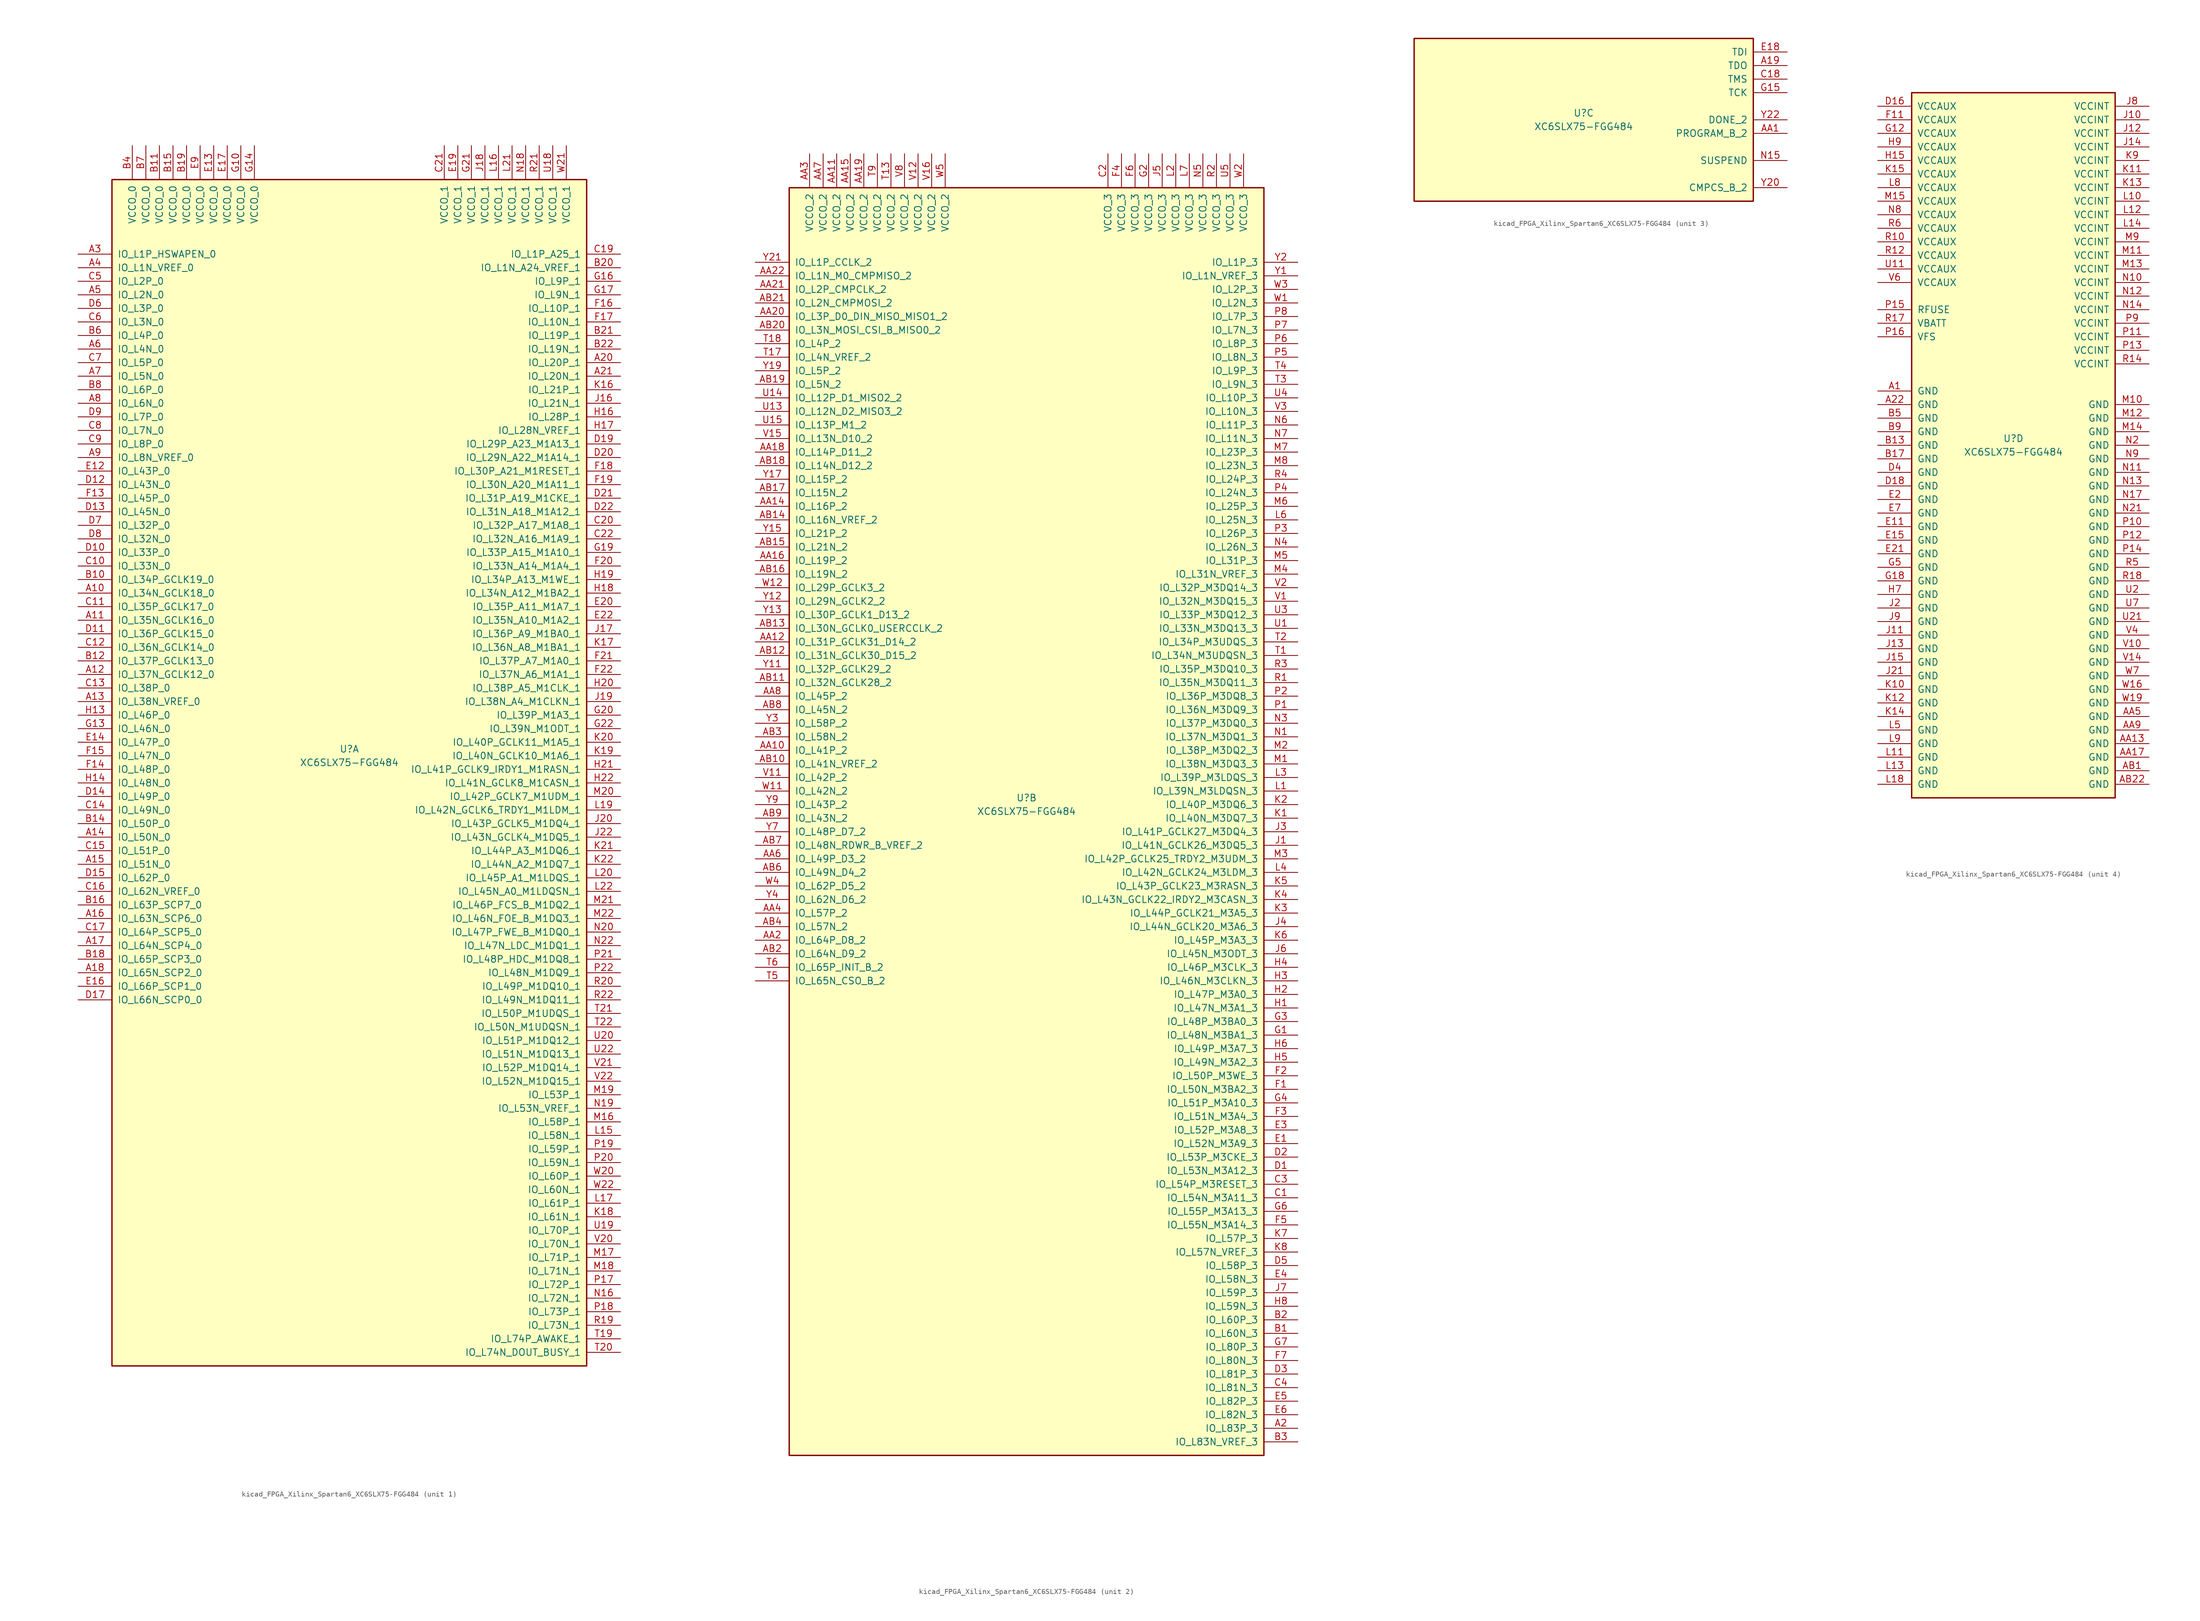
<source format=kicad_sym>
(kicad_symbol_lib
  (version 20220914)
  (generator kicad_symbol_editor)
  (symbol "kicad_FPGA_Xilinx_Spartan6_XC6SLX75-FGG484"
    (pin_names
      (offset 1.016))
    (property "Reference" "U"
      (at 0 1.27 0)
      (effects (font (size 1.27 1.27))))
    (property "Value" "XC6SLX75-FGG484"
      (at 0 -1.27 0)
      (effects (font (size 1.27 1.27))))
    (property "Datasheet" ""
      (at 0 0 0)
      (effects (font (size 1.27 1.27))))
    (property "ki_locked" ""
      (at 0 0 0)
      (effects (font (size 1.27 1.27))))
    (symbol "kicad_FPGA_Xilinx_Spartan6_XC6SLX75-FGG484_1_1"
      (rectangle (start -44.45 107.95) (end 44.45 -114.3) (stroke (width 0.254) (type default)) (fill (type background)))
      (pin bidirectional line (at -50.8 30.48 0) (length 6.35) (name "IO_L34N_GCLK18_0" (effects (font (size 1.27 1.27)))) (number "A10" (effects (font (size 1.27 1.27)))))
      (pin bidirectional line (at -50.8 25.4 0) (length 6.35) (name "IO_L35N_GCLK16_0" (effects (font (size 1.27 1.27)))) (number "A11" (effects (font (size 1.27 1.27)))))
      (pin bidirectional line (at -50.8 15.24 0) (length 6.35) (name "IO_L37N_GCLK12_0" (effects (font (size 1.27 1.27)))) (number "A12" (effects (font (size 1.27 1.27)))))
      (pin bidirectional line (at -50.8 10.16 0) (length 6.35) (name "IO_L38N_VREF_0" (effects (font (size 1.27 1.27)))) (number "A13" (effects (font (size 1.27 1.27)))))
      (pin bidirectional line (at -50.8 -15.24 0) (length 6.35) (name "IO_L50N_0" (effects (font (size 1.27 1.27)))) (number "A14" (effects (font (size 1.27 1.27)))))
      (pin bidirectional line (at -50.8 -20.32 0) (length 6.35) (name "IO_L51N_0" (effects (font (size 1.27 1.27)))) (number "A15" (effects (font (size 1.27 1.27)))))
      (pin bidirectional line (at -50.8 -30.48 0) (length 6.35) (name "IO_L63N_SCP6_0" (effects (font (size 1.27 1.27)))) (number "A16" (effects (font (size 1.27 1.27)))))
      (pin bidirectional line (at -50.8 -35.56 0) (length 6.35) (name "IO_L64N_SCP4_0" (effects (font (size 1.27 1.27)))) (number "A17" (effects (font (size 1.27 1.27)))))
      (pin bidirectional line (at -50.8 -40.64 0) (length 6.35) (name "IO_L65N_SCP2_0" (effects (font (size 1.27 1.27)))) (number "A18" (effects (font (size 1.27 1.27)))))
      (pin bidirectional line (at 50.8 73.66 180) (length 6.35) (name "IO_L20P_1" (effects (font (size 1.27 1.27)))) (number "A20" (effects (font (size 1.27 1.27)))))
      (pin bidirectional line (at 50.8 71.12 180) (length 6.35) (name "IO_L20N_1" (effects (font (size 1.27 1.27)))) (number "A21" (effects (font (size 1.27 1.27)))))
      (pin bidirectional line (at -50.8 93.98 0) (length 6.35) (name "IO_L1P_HSWAPEN_0" (effects (font (size 1.27 1.27)))) (number "A3" (effects (font (size 1.27 1.27)))))
      (pin bidirectional line (at -50.8 91.44 0) (length 6.35) (name "IO_L1N_VREF_0" (effects (font (size 1.27 1.27)))) (number "A4" (effects (font (size 1.27 1.27)))))
      (pin bidirectional line (at -50.8 86.36 0) (length 6.35) (name "IO_L2N_0" (effects (font (size 1.27 1.27)))) (number "A5" (effects (font (size 1.27 1.27)))))
      (pin bidirectional line (at -50.8 76.2 0) (length 6.35) (name "IO_L4N_0" (effects (font (size 1.27 1.27)))) (number "A6" (effects (font (size 1.27 1.27)))))
      (pin bidirectional line (at -50.8 71.12 0) (length 6.35) (name "IO_L5N_0" (effects (font (size 1.27 1.27)))) (number "A7" (effects (font (size 1.27 1.27)))))
      (pin bidirectional line (at -50.8 66.04 0) (length 6.35) (name "IO_L6N_0" (effects (font (size 1.27 1.27)))) (number "A8" (effects (font (size 1.27 1.27)))))
      (pin bidirectional line (at -50.8 55.88 0) (length 6.35) (name "IO_L8N_VREF_0" (effects (font (size 1.27 1.27)))) (number "A9" (effects (font (size 1.27 1.27)))))
      (pin bidirectional line (at -50.8 33.02 0) (length 6.35) (name "IO_L34P_GCLK19_0" (effects (font (size 1.27 1.27)))) (number "B10" (effects (font (size 1.27 1.27)))))
      (pin power_in line (at -35.56 114.3 270) (length 6.35) (name "VCCO_0" (effects (font (size 1.27 1.27)))) (number "B11" (effects (font (size 1.27 1.27)))))
      (pin bidirectional line (at -50.8 17.78 0) (length 6.35) (name "IO_L37P_GCLK13_0" (effects (font (size 1.27 1.27)))) (number "B12" (effects (font (size 1.27 1.27)))))
      (pin bidirectional line (at -50.8 -12.7 0) (length 6.35) (name "IO_L50P_0" (effects (font (size 1.27 1.27)))) (number "B14" (effects (font (size 1.27 1.27)))))
      (pin power_in line (at -33.02 114.3 270) (length 6.35) (name "VCCO_0" (effects (font (size 1.27 1.27)))) (number "B15" (effects (font (size 1.27 1.27)))))
      (pin bidirectional line (at -50.8 -27.94 0) (length 6.35) (name "IO_L63P_SCP7_0" (effects (font (size 1.27 1.27)))) (number "B16" (effects (font (size 1.27 1.27)))))
      (pin bidirectional line (at -50.8 -38.1 0) (length 6.35) (name "IO_L65P_SCP3_0" (effects (font (size 1.27 1.27)))) (number "B18" (effects (font (size 1.27 1.27)))))
      (pin power_in line (at -30.48 114.3 270) (length 6.35) (name "VCCO_0" (effects (font (size 1.27 1.27)))) (number "B19" (effects (font (size 1.27 1.27)))))
      (pin bidirectional line (at 50.8 91.44 180) (length 6.35) (name "IO_L1N_A24_VREF_1" (effects (font (size 1.27 1.27)))) (number "B20" (effects (font (size 1.27 1.27)))))
      (pin bidirectional line (at 50.8 78.74 180) (length 6.35) (name "IO_L19P_1" (effects (font (size 1.27 1.27)))) (number "B21" (effects (font (size 1.27 1.27)))))
      (pin bidirectional line (at 50.8 76.2 180) (length 6.35) (name "IO_L19N_1" (effects (font (size 1.27 1.27)))) (number "B22" (effects (font (size 1.27 1.27)))))
      (pin power_in line (at -40.64 114.3 270) (length 6.35) (name "VCCO_0" (effects (font (size 1.27 1.27)))) (number "B4" (effects (font (size 1.27 1.27)))))
      (pin bidirectional line (at -50.8 78.74 0) (length 6.35) (name "IO_L4P_0" (effects (font (size 1.27 1.27)))) (number "B6" (effects (font (size 1.27 1.27)))))
      (pin power_in line (at -38.1 114.3 270) (length 6.35) (name "VCCO_0" (effects (font (size 1.27 1.27)))) (number "B7" (effects (font (size 1.27 1.27)))))
      (pin bidirectional line (at -50.8 68.58 0) (length 6.35) (name "IO_L6P_0" (effects (font (size 1.27 1.27)))) (number "B8" (effects (font (size 1.27 1.27)))))
      (pin bidirectional line (at -50.8 35.56 0) (length 6.35) (name "IO_L33N_0" (effects (font (size 1.27 1.27)))) (number "C10" (effects (font (size 1.27 1.27)))))
      (pin bidirectional line (at -50.8 27.94 0) (length 6.35) (name "IO_L35P_GCLK17_0" (effects (font (size 1.27 1.27)))) (number "C11" (effects (font (size 1.27 1.27)))))
      (pin bidirectional line (at -50.8 20.32 0) (length 6.35) (name "IO_L36N_GCLK14_0" (effects (font (size 1.27 1.27)))) (number "C12" (effects (font (size 1.27 1.27)))))
      (pin bidirectional line (at -50.8 12.7 0) (length 6.35) (name "IO_L38P_0" (effects (font (size 1.27 1.27)))) (number "C13" (effects (font (size 1.27 1.27)))))
      (pin bidirectional line (at -50.8 -10.16 0) (length 6.35) (name "IO_L49N_0" (effects (font (size 1.27 1.27)))) (number "C14" (effects (font (size 1.27 1.27)))))
      (pin bidirectional line (at -50.8 -17.78 0) (length 6.35) (name "IO_L51P_0" (effects (font (size 1.27 1.27)))) (number "C15" (effects (font (size 1.27 1.27)))))
      (pin bidirectional line (at -50.8 -25.4 0) (length 6.35) (name "IO_L62N_VREF_0" (effects (font (size 1.27 1.27)))) (number "C16" (effects (font (size 1.27 1.27)))))
      (pin bidirectional line (at -50.8 -33.02 0) (length 6.35) (name "IO_L64P_SCP5_0" (effects (font (size 1.27 1.27)))) (number "C17" (effects (font (size 1.27 1.27)))))
      (pin bidirectional line (at 50.8 93.98 180) (length 6.35) (name "IO_L1P_A25_1" (effects (font (size 1.27 1.27)))) (number "C19" (effects (font (size 1.27 1.27)))))
      (pin bidirectional line (at 50.8 43.18 180) (length 6.35) (name "IO_L32P_A17_M1A8_1" (effects (font (size 1.27 1.27)))) (number "C20" (effects (font (size 1.27 1.27)))))
      (pin power_in line (at 17.78 114.3 270) (length 6.35) (name "VCCO_1" (effects (font (size 1.27 1.27)))) (number "C21" (effects (font (size 1.27 1.27)))))
      (pin bidirectional line (at 50.8 40.64 180) (length 6.35) (name "IO_L32N_A16_M1A9_1" (effects (font (size 1.27 1.27)))) (number "C22" (effects (font (size 1.27 1.27)))))
      (pin bidirectional line (at -50.8 88.9 0) (length 6.35) (name "IO_L2P_0" (effects (font (size 1.27 1.27)))) (number "C5" (effects (font (size 1.27 1.27)))))
      (pin bidirectional line (at -50.8 81.28 0) (length 6.35) (name "IO_L3N_0" (effects (font (size 1.27 1.27)))) (number "C6" (effects (font (size 1.27 1.27)))))
      (pin bidirectional line (at -50.8 73.66 0) (length 6.35) (name "IO_L5P_0" (effects (font (size 1.27 1.27)))) (number "C7" (effects (font (size 1.27 1.27)))))
      (pin bidirectional line (at -50.8 60.96 0) (length 6.35) (name "IO_L7N_0" (effects (font (size 1.27 1.27)))) (number "C8" (effects (font (size 1.27 1.27)))))
      (pin bidirectional line (at -50.8 58.42 0) (length 6.35) (name "IO_L8P_0" (effects (font (size 1.27 1.27)))) (number "C9" (effects (font (size 1.27 1.27)))))
      (pin bidirectional line (at -50.8 38.1 0) (length 6.35) (name "IO_L33P_0" (effects (font (size 1.27 1.27)))) (number "D10" (effects (font (size 1.27 1.27)))))
      (pin bidirectional line (at -50.8 22.86 0) (length 6.35) (name "IO_L36P_GCLK15_0" (effects (font (size 1.27 1.27)))) (number "D11" (effects (font (size 1.27 1.27)))))
      (pin bidirectional line (at -50.8 50.8 0) (length 6.35) (name "IO_L43N_0" (effects (font (size 1.27 1.27)))) (number "D12" (effects (font (size 1.27 1.27)))))
      (pin bidirectional line (at -50.8 45.72 0) (length 6.35) (name "IO_L45N_0" (effects (font (size 1.27 1.27)))) (number "D13" (effects (font (size 1.27 1.27)))))
      (pin bidirectional line (at -50.8 -7.62 0) (length 6.35) (name "IO_L49P_0" (effects (font (size 1.27 1.27)))) (number "D14" (effects (font (size 1.27 1.27)))))
      (pin bidirectional line (at -50.8 -22.86 0) (length 6.35) (name "IO_L62P_0" (effects (font (size 1.27 1.27)))) (number "D15" (effects (font (size 1.27 1.27)))))
      (pin bidirectional line (at -50.8 -45.72 0) (length 6.35) (name "IO_L66N_SCP0_0" (effects (font (size 1.27 1.27)))) (number "D17" (effects (font (size 1.27 1.27)))))
      (pin bidirectional line (at 50.8 58.42 180) (length 6.35) (name "IO_L29P_A23_M1A13_1" (effects (font (size 1.27 1.27)))) (number "D19" (effects (font (size 1.27 1.27)))))
      (pin bidirectional line (at 50.8 55.88 180) (length 6.35) (name "IO_L29N_A22_M1A14_1" (effects (font (size 1.27 1.27)))) (number "D20" (effects (font (size 1.27 1.27)))))
      (pin bidirectional line (at 50.8 48.26 180) (length 6.35) (name "IO_L31P_A19_M1CKE_1" (effects (font (size 1.27 1.27)))) (number "D21" (effects (font (size 1.27 1.27)))))
      (pin bidirectional line (at 50.8 45.72 180) (length 6.35) (name "IO_L31N_A18_M1A12_1" (effects (font (size 1.27 1.27)))) (number "D22" (effects (font (size 1.27 1.27)))))
      (pin bidirectional line (at -50.8 83.82 0) (length 6.35) (name "IO_L3P_0" (effects (font (size 1.27 1.27)))) (number "D6" (effects (font (size 1.27 1.27)))))
      (pin bidirectional line (at -50.8 43.18 0) (length 6.35) (name "IO_L32P_0" (effects (font (size 1.27 1.27)))) (number "D7" (effects (font (size 1.27 1.27)))))
      (pin bidirectional line (at -50.8 40.64 0) (length 6.35) (name "IO_L32N_0" (effects (font (size 1.27 1.27)))) (number "D8" (effects (font (size 1.27 1.27)))))
      (pin bidirectional line (at -50.8 63.5 0) (length 6.35) (name "IO_L7P_0" (effects (font (size 1.27 1.27)))) (number "D9" (effects (font (size 1.27 1.27)))))
      (pin bidirectional line (at -50.8 53.34 0) (length 6.35) (name "IO_L43P_0" (effects (font (size 1.27 1.27)))) (number "E12" (effects (font (size 1.27 1.27)))))
      (pin power_in line (at -25.4 114.3 270) (length 6.35) (name "VCCO_0" (effects (font (size 1.27 1.27)))) (number "E13" (effects (font (size 1.27 1.27)))))
      (pin bidirectional line (at -50.8 2.54 0) (length 6.35) (name "IO_L47P_0" (effects (font (size 1.27 1.27)))) (number "E14" (effects (font (size 1.27 1.27)))))
      (pin bidirectional line (at -50.8 -43.18 0) (length 6.35) (name "IO_L66P_SCP1_0" (effects (font (size 1.27 1.27)))) (number "E16" (effects (font (size 1.27 1.27)))))
      (pin power_in line (at -22.86 114.3 270) (length 6.35) (name "VCCO_0" (effects (font (size 1.27 1.27)))) (number "E17" (effects (font (size 1.27 1.27)))))
      (pin power_in line (at 20.32 114.3 270) (length 6.35) (name "VCCO_1" (effects (font (size 1.27 1.27)))) (number "E19" (effects (font (size 1.27 1.27)))))
      (pin bidirectional line (at 50.8 27.94 180) (length 6.35) (name "IO_L35P_A11_M1A7_1" (effects (font (size 1.27 1.27)))) (number "E20" (effects (font (size 1.27 1.27)))))
      (pin bidirectional line (at 50.8 25.4 180) (length 6.35) (name "IO_L35N_A10_M1A2_1" (effects (font (size 1.27 1.27)))) (number "E22" (effects (font (size 1.27 1.27)))))
      (pin power_in line (at -27.94 114.3 270) (length 6.35) (name "VCCO_0" (effects (font (size 1.27 1.27)))) (number "E9" (effects (font (size 1.27 1.27)))))
      (pin bidirectional line (at -50.8 48.26 0) (length 6.35) (name "IO_L45P_0" (effects (font (size 1.27 1.27)))) (number "F13" (effects (font (size 1.27 1.27)))))
      (pin bidirectional line (at -50.8 -2.54 0) (length 6.35) (name "IO_L48P_0" (effects (font (size 1.27 1.27)))) (number "F14" (effects (font (size 1.27 1.27)))))
      (pin bidirectional line (at -50.8 0 0) (length 6.35) (name "IO_L47N_0" (effects (font (size 1.27 1.27)))) (number "F15" (effects (font (size 1.27 1.27)))))
      (pin bidirectional line (at 50.8 83.82 180) (length 6.35) (name "IO_L10P_1" (effects (font (size 1.27 1.27)))) (number "F16" (effects (font (size 1.27 1.27)))))
      (pin bidirectional line (at 50.8 81.28 180) (length 6.35) (name "IO_L10N_1" (effects (font (size 1.27 1.27)))) (number "F17" (effects (font (size 1.27 1.27)))))
      (pin bidirectional line (at 50.8 53.34 180) (length 6.35) (name "IO_L30P_A21_M1RESET_1" (effects (font (size 1.27 1.27)))) (number "F18" (effects (font (size 1.27 1.27)))))
      (pin bidirectional line (at 50.8 50.8 180) (length 6.35) (name "IO_L30N_A20_M1A11_1" (effects (font (size 1.27 1.27)))) (number "F19" (effects (font (size 1.27 1.27)))))
      (pin bidirectional line (at 50.8 35.56 180) (length 6.35) (name "IO_L33N_A14_M1A4_1" (effects (font (size 1.27 1.27)))) (number "F20" (effects (font (size 1.27 1.27)))))
      (pin bidirectional line (at 50.8 17.78 180) (length 6.35) (name "IO_L37P_A7_M1A0_1" (effects (font (size 1.27 1.27)))) (number "F21" (effects (font (size 1.27 1.27)))))
      (pin bidirectional line (at 50.8 15.24 180) (length 6.35) (name "IO_L37N_A6_M1A1_1" (effects (font (size 1.27 1.27)))) (number "F22" (effects (font (size 1.27 1.27)))))
      (pin power_in line (at -20.32 114.3 270) (length 6.35) (name "VCCO_0" (effects (font (size 1.27 1.27)))) (number "G10" (effects (font (size 1.27 1.27)))))
      (pin bidirectional line (at -50.8 5.08 0) (length 6.35) (name "IO_L46N_0" (effects (font (size 1.27 1.27)))) (number "G13" (effects (font (size 1.27 1.27)))))
      (pin power_in line (at -17.78 114.3 270) (length 6.35) (name "VCCO_0" (effects (font (size 1.27 1.27)))) (number "G14" (effects (font (size 1.27 1.27)))))
      (pin bidirectional line (at 50.8 88.9 180) (length 6.35) (name "IO_L9P_1" (effects (font (size 1.27 1.27)))) (number "G16" (effects (font (size 1.27 1.27)))))
      (pin bidirectional line (at 50.8 86.36 180) (length 6.35) (name "IO_L9N_1" (effects (font (size 1.27 1.27)))) (number "G17" (effects (font (size 1.27 1.27)))))
      (pin bidirectional line (at 50.8 38.1 180) (length 6.35) (name "IO_L33P_A15_M1A10_1" (effects (font (size 1.27 1.27)))) (number "G19" (effects (font (size 1.27 1.27)))))
      (pin bidirectional line (at 50.8 7.62 180) (length 6.35) (name "IO_L39P_M1A3_1" (effects (font (size 1.27 1.27)))) (number "G20" (effects (font (size 1.27 1.27)))))
      (pin power_in line (at 22.86 114.3 270) (length 6.35) (name "VCCO_1" (effects (font (size 1.27 1.27)))) (number "G21" (effects (font (size 1.27 1.27)))))
      (pin bidirectional line (at 50.8 5.08 180) (length 6.35) (name "IO_L39N_M1ODT_1" (effects (font (size 1.27 1.27)))) (number "G22" (effects (font (size 1.27 1.27)))))
      (pin bidirectional line (at -50.8 7.62 0) (length 6.35) (name "IO_L46P_0" (effects (font (size 1.27 1.27)))) (number "H13" (effects (font (size 1.27 1.27)))))
      (pin bidirectional line (at -50.8 -5.08 0) (length 6.35) (name "IO_L48N_0" (effects (font (size 1.27 1.27)))) (number "H14" (effects (font (size 1.27 1.27)))))
      (pin bidirectional line (at 50.8 63.5 180) (length 6.35) (name "IO_L28P_1" (effects (font (size 1.27 1.27)))) (number "H16" (effects (font (size 1.27 1.27)))))
      (pin bidirectional line (at 50.8 60.96 180) (length 6.35) (name "IO_L28N_VREF_1" (effects (font (size 1.27 1.27)))) (number "H17" (effects (font (size 1.27 1.27)))))
      (pin bidirectional line (at 50.8 30.48 180) (length 6.35) (name "IO_L34N_A12_M1BA2_1" (effects (font (size 1.27 1.27)))) (number "H18" (effects (font (size 1.27 1.27)))))
      (pin bidirectional line (at 50.8 33.02 180) (length 6.35) (name "IO_L34P_A13_M1WE_1" (effects (font (size 1.27 1.27)))) (number "H19" (effects (font (size 1.27 1.27)))))
      (pin bidirectional line (at 50.8 12.7 180) (length 6.35) (name "IO_L38P_A5_M1CLK_1" (effects (font (size 1.27 1.27)))) (number "H20" (effects (font (size 1.27 1.27)))))
      (pin bidirectional line (at 50.8 -2.54 180) (length 6.35) (name "IO_L41P_GCLK9_IRDY1_M1RASN_1" (effects (font (size 1.27 1.27)))) (number "H21" (effects (font (size 1.27 1.27)))))
      (pin bidirectional line (at 50.8 -5.08 180) (length 6.35) (name "IO_L41N_GCLK8_M1CASN_1" (effects (font (size 1.27 1.27)))) (number "H22" (effects (font (size 1.27 1.27)))))
      (pin bidirectional line (at 50.8 66.04 180) (length 6.35) (name "IO_L21N_1" (effects (font (size 1.27 1.27)))) (number "J16" (effects (font (size 1.27 1.27)))))
      (pin bidirectional line (at 50.8 22.86 180) (length 6.35) (name "IO_L36P_A9_M1BA0_1" (effects (font (size 1.27 1.27)))) (number "J17" (effects (font (size 1.27 1.27)))))
      (pin power_in line (at 25.4 114.3 270) (length 6.35) (name "VCCO_1" (effects (font (size 1.27 1.27)))) (number "J18" (effects (font (size 1.27 1.27)))))
      (pin bidirectional line (at 50.8 10.16 180) (length 6.35) (name "IO_L38N_A4_M1CLKN_1" (effects (font (size 1.27 1.27)))) (number "J19" (effects (font (size 1.27 1.27)))))
      (pin bidirectional line (at 50.8 -12.7 180) (length 6.35) (name "IO_L43P_GCLK5_M1DQ4_1" (effects (font (size 1.27 1.27)))) (number "J20" (effects (font (size 1.27 1.27)))))
      (pin bidirectional line (at 50.8 -15.24 180) (length 6.35) (name "IO_L43N_GCLK4_M1DQ5_1" (effects (font (size 1.27 1.27)))) (number "J22" (effects (font (size 1.27 1.27)))))
      (pin bidirectional line (at 50.8 68.58 180) (length 6.35) (name "IO_L21P_1" (effects (font (size 1.27 1.27)))) (number "K16" (effects (font (size 1.27 1.27)))))
      (pin bidirectional line (at 50.8 20.32 180) (length 6.35) (name "IO_L36N_A8_M1BA1_1" (effects (font (size 1.27 1.27)))) (number "K17" (effects (font (size 1.27 1.27)))))
      (pin bidirectional line (at 50.8 -86.36 180) (length 6.35) (name "IO_L61N_1" (effects (font (size 1.27 1.27)))) (number "K18" (effects (font (size 1.27 1.27)))))
      (pin bidirectional line (at 50.8 0 180) (length 6.35) (name "IO_L40N_GCLK10_M1A6_1" (effects (font (size 1.27 1.27)))) (number "K19" (effects (font (size 1.27 1.27)))))
      (pin bidirectional line (at 50.8 2.54 180) (length 6.35) (name "IO_L40P_GCLK11_M1A5_1" (effects (font (size 1.27 1.27)))) (number "K20" (effects (font (size 1.27 1.27)))))
      (pin bidirectional line (at 50.8 -17.78 180) (length 6.35) (name "IO_L44P_A3_M1DQ6_1" (effects (font (size 1.27 1.27)))) (number "K21" (effects (font (size 1.27 1.27)))))
      (pin bidirectional line (at 50.8 -20.32 180) (length 6.35) (name "IO_L44N_A2_M1DQ7_1" (effects (font (size 1.27 1.27)))) (number "K22" (effects (font (size 1.27 1.27)))))
      (pin bidirectional line (at 50.8 -71.12 180) (length 6.35) (name "IO_L58N_1" (effects (font (size 1.27 1.27)))) (number "L15" (effects (font (size 1.27 1.27)))))
      (pin power_in line (at 27.94 114.3 270) (length 6.35) (name "VCCO_1" (effects (font (size 1.27 1.27)))) (number "L16" (effects (font (size 1.27 1.27)))))
      (pin bidirectional line (at 50.8 -83.82 180) (length 6.35) (name "IO_L61P_1" (effects (font (size 1.27 1.27)))) (number "L17" (effects (font (size 1.27 1.27)))))
      (pin bidirectional line (at 50.8 -10.16 180) (length 6.35) (name "IO_L42N_GCLK6_TRDY1_M1LDM_1" (effects (font (size 1.27 1.27)))) (number "L19" (effects (font (size 1.27 1.27)))))
      (pin bidirectional line (at 50.8 -22.86 180) (length 6.35) (name "IO_L45P_A1_M1LDQS_1" (effects (font (size 1.27 1.27)))) (number "L20" (effects (font (size 1.27 1.27)))))
      (pin power_in line (at 30.48 114.3 270) (length 6.35) (name "VCCO_1" (effects (font (size 1.27 1.27)))) (number "L21" (effects (font (size 1.27 1.27)))))
      (pin bidirectional line (at 50.8 -25.4 180) (length 6.35) (name "IO_L45N_A0_M1LDQSN_1" (effects (font (size 1.27 1.27)))) (number "L22" (effects (font (size 1.27 1.27)))))
      (pin bidirectional line (at 50.8 -68.58 180) (length 6.35) (name "IO_L58P_1" (effects (font (size 1.27 1.27)))) (number "M16" (effects (font (size 1.27 1.27)))))
      (pin bidirectional line (at 50.8 -93.98 180) (length 6.35) (name "IO_L71P_1" (effects (font (size 1.27 1.27)))) (number "M17" (effects (font (size 1.27 1.27)))))
      (pin bidirectional line (at 50.8 -96.52 180) (length 6.35) (name "IO_L71N_1" (effects (font (size 1.27 1.27)))) (number "M18" (effects (font (size 1.27 1.27)))))
      (pin bidirectional line (at 50.8 -63.5 180) (length 6.35) (name "IO_L53P_1" (effects (font (size 1.27 1.27)))) (number "M19" (effects (font (size 1.27 1.27)))))
      (pin bidirectional line (at 50.8 -7.62 180) (length 6.35) (name "IO_L42P_GCLK7_M1UDM_1" (effects (font (size 1.27 1.27)))) (number "M20" (effects (font (size 1.27 1.27)))))
      (pin bidirectional line (at 50.8 -27.94 180) (length 6.35) (name "IO_L46P_FCS_B_M1DQ2_1" (effects (font (size 1.27 1.27)))) (number "M21" (effects (font (size 1.27 1.27)))))
      (pin bidirectional line (at 50.8 -30.48 180) (length 6.35) (name "IO_L46N_FOE_B_M1DQ3_1" (effects (font (size 1.27 1.27)))) (number "M22" (effects (font (size 1.27 1.27)))))
      (pin bidirectional line (at 50.8 -101.6 180) (length 6.35) (name "IO_L72N_1" (effects (font (size 1.27 1.27)))) (number "N16" (effects (font (size 1.27 1.27)))))
      (pin power_in line (at 33.02 114.3 270) (length 6.35) (name "VCCO_1" (effects (font (size 1.27 1.27)))) (number "N18" (effects (font (size 1.27 1.27)))))
      (pin bidirectional line (at 50.8 -66.04 180) (length 6.35) (name "IO_L53N_VREF_1" (effects (font (size 1.27 1.27)))) (number "N19" (effects (font (size 1.27 1.27)))))
      (pin bidirectional line (at 50.8 -33.02 180) (length 6.35) (name "IO_L47P_FWE_B_M1DQ0_1" (effects (font (size 1.27 1.27)))) (number "N20" (effects (font (size 1.27 1.27)))))
      (pin bidirectional line (at 50.8 -35.56 180) (length 6.35) (name "IO_L47N_LDC_M1DQ1_1" (effects (font (size 1.27 1.27)))) (number "N22" (effects (font (size 1.27 1.27)))))
      (pin bidirectional line (at 50.8 -99.06 180) (length 6.35) (name "IO_L72P_1" (effects (font (size 1.27 1.27)))) (number "P17" (effects (font (size 1.27 1.27)))))
      (pin bidirectional line (at 50.8 -104.14 180) (length 6.35) (name "IO_L73P_1" (effects (font (size 1.27 1.27)))) (number "P18" (effects (font (size 1.27 1.27)))))
      (pin bidirectional line (at 50.8 -73.66 180) (length 6.35) (name "IO_L59P_1" (effects (font (size 1.27 1.27)))) (number "P19" (effects (font (size 1.27 1.27)))))
      (pin bidirectional line (at 50.8 -76.2 180) (length 6.35) (name "IO_L59N_1" (effects (font (size 1.27 1.27)))) (number "P20" (effects (font (size 1.27 1.27)))))
      (pin bidirectional line (at 50.8 -38.1 180) (length 6.35) (name "IO_L48P_HDC_M1DQ8_1" (effects (font (size 1.27 1.27)))) (number "P21" (effects (font (size 1.27 1.27)))))
      (pin bidirectional line (at 50.8 -40.64 180) (length 6.35) (name "IO_L48N_M1DQ9_1" (effects (font (size 1.27 1.27)))) (number "P22" (effects (font (size 1.27 1.27)))))
      (pin bidirectional line (at 50.8 -106.68 180) (length 6.35) (name "IO_L73N_1" (effects (font (size 1.27 1.27)))) (number "R19" (effects (font (size 1.27 1.27)))))
      (pin bidirectional line (at 50.8 -43.18 180) (length 6.35) (name "IO_L49P_M1DQ10_1" (effects (font (size 1.27 1.27)))) (number "R20" (effects (font (size 1.27 1.27)))))
      (pin power_in line (at 35.56 114.3 270) (length 6.35) (name "VCCO_1" (effects (font (size 1.27 1.27)))) (number "R21" (effects (font (size 1.27 1.27)))))
      (pin bidirectional line (at 50.8 -45.72 180) (length 6.35) (name "IO_L49N_M1DQ11_1" (effects (font (size 1.27 1.27)))) (number "R22" (effects (font (size 1.27 1.27)))))
      (pin bidirectional line (at 50.8 -109.22 180) (length 6.35) (name "IO_L74P_AWAKE_1" (effects (font (size 1.27 1.27)))) (number "T19" (effects (font (size 1.27 1.27)))))
      (pin bidirectional line (at 50.8 -111.76 180) (length 6.35) (name "IO_L74N_DOUT_BUSY_1" (effects (font (size 1.27 1.27)))) (number "T20" (effects (font (size 1.27 1.27)))))
      (pin bidirectional line (at 50.8 -48.26 180) (length 6.35) (name "IO_L50P_M1UDQS_1" (effects (font (size 1.27 1.27)))) (number "T21" (effects (font (size 1.27 1.27)))))
      (pin bidirectional line (at 50.8 -50.8 180) (length 6.35) (name "IO_L50N_M1UDQSN_1" (effects (font (size 1.27 1.27)))) (number "T22" (effects (font (size 1.27 1.27)))))
      (pin power_in line (at 38.1 114.3 270) (length 6.35) (name "VCCO_1" (effects (font (size 1.27 1.27)))) (number "U18" (effects (font (size 1.27 1.27)))))
      (pin bidirectional line (at 50.8 -88.9 180) (length 6.35) (name "IO_L70P_1" (effects (font (size 1.27 1.27)))) (number "U19" (effects (font (size 1.27 1.27)))))
      (pin bidirectional line (at 50.8 -53.34 180) (length 6.35) (name "IO_L51P_M1DQ12_1" (effects (font (size 1.27 1.27)))) (number "U20" (effects (font (size 1.27 1.27)))))
      (pin bidirectional line (at 50.8 -55.88 180) (length 6.35) (name "IO_L51N_M1DQ13_1" (effects (font (size 1.27 1.27)))) (number "U22" (effects (font (size 1.27 1.27)))))
      (pin bidirectional line (at 50.8 -91.44 180) (length 6.35) (name "IO_L70N_1" (effects (font (size 1.27 1.27)))) (number "V20" (effects (font (size 1.27 1.27)))))
      (pin bidirectional line (at 50.8 -58.42 180) (length 6.35) (name "IO_L52P_M1DQ14_1" (effects (font (size 1.27 1.27)))) (number "V21" (effects (font (size 1.27 1.27)))))
      (pin bidirectional line (at 50.8 -60.96 180) (length 6.35) (name "IO_L52N_M1DQ15_1" (effects (font (size 1.27 1.27)))) (number "V22" (effects (font (size 1.27 1.27)))))
      (pin bidirectional line (at 50.8 -78.74 180) (length 6.35) (name "IO_L60P_1" (effects (font (size 1.27 1.27)))) (number "W20" (effects (font (size 1.27 1.27)))))
      (pin power_in line (at 40.64 114.3 270) (length 6.35) (name "VCCO_1" (effects (font (size 1.27 1.27)))) (number "W21" (effects (font (size 1.27 1.27)))))
      (pin bidirectional line (at 50.8 -81.28 180) (length 6.35) (name "IO_L60N_1" (effects (font (size 1.27 1.27)))) (number "W22" (effects (font (size 1.27 1.27))))))
    (symbol "kicad_FPGA_Xilinx_Spartan6_XC6SLX75-FGG484_2_1"
      (rectangle (start -44.45 115.57) (end 44.45 -121.92) (stroke (width 0.254) (type default)) (fill (type background)))
      (pin bidirectional line (at 50.8 -116.84 180) (length 6.35) (name "IO_L83P_3" (effects (font (size 1.27 1.27)))) (number "A2" (effects (font (size 1.27 1.27)))))
      (pin bidirectional line (at -50.8 10.16 0) (length 6.35) (name "IO_L41P_2" (effects (font (size 1.27 1.27)))) (number "AA10" (effects (font (size 1.27 1.27)))))
      (pin power_in line (at -35.56 121.92 270) (length 6.35) (name "VCCO_2" (effects (font (size 1.27 1.27)))) (number "AA11" (effects (font (size 1.27 1.27)))))
      (pin bidirectional line (at -50.8 30.48 0) (length 6.35) (name "IO_L31P_GCLK31_D14_2" (effects (font (size 1.27 1.27)))) (number "AA12" (effects (font (size 1.27 1.27)))))
      (pin bidirectional line (at -50.8 55.88 0) (length 6.35) (name "IO_L16P_2" (effects (font (size 1.27 1.27)))) (number "AA14" (effects (font (size 1.27 1.27)))))
      (pin power_in line (at -33.02 121.92 270) (length 6.35) (name "VCCO_2" (effects (font (size 1.27 1.27)))) (number "AA15" (effects (font (size 1.27 1.27)))))
      (pin bidirectional line (at -50.8 45.72 0) (length 6.35) (name "IO_L19P_2" (effects (font (size 1.27 1.27)))) (number "AA16" (effects (font (size 1.27 1.27)))))
      (pin bidirectional line (at -50.8 66.04 0) (length 6.35) (name "IO_L14P_D11_2" (effects (font (size 1.27 1.27)))) (number "AA18" (effects (font (size 1.27 1.27)))))
      (pin power_in line (at -30.48 121.92 270) (length 6.35) (name "VCCO_2" (effects (font (size 1.27 1.27)))) (number "AA19" (effects (font (size 1.27 1.27)))))
      (pin bidirectional line (at -50.8 -25.4 0) (length 6.35) (name "IO_L64P_D8_2" (effects (font (size 1.27 1.27)))) (number "AA2" (effects (font (size 1.27 1.27)))))
      (pin bidirectional line (at -50.8 91.44 0) (length 6.35) (name "IO_L3P_D0_DIN_MISO_MISO1_2" (effects (font (size 1.27 1.27)))) (number "AA20" (effects (font (size 1.27 1.27)))))
      (pin bidirectional line (at -50.8 96.52 0) (length 6.35) (name "IO_L2P_CMPCLK_2" (effects (font (size 1.27 1.27)))) (number "AA21" (effects (font (size 1.27 1.27)))))
      (pin bidirectional line (at -50.8 99.06 0) (length 6.35) (name "IO_L1N_M0_CMPMISO_2" (effects (font (size 1.27 1.27)))) (number "AA22" (effects (font (size 1.27 1.27)))))
      (pin power_in line (at -40.64 121.92 270) (length 6.35) (name "VCCO_2" (effects (font (size 1.27 1.27)))) (number "AA3" (effects (font (size 1.27 1.27)))))
      (pin bidirectional line (at -50.8 -20.32 0) (length 6.35) (name "IO_L57P_2" (effects (font (size 1.27 1.27)))) (number "AA4" (effects (font (size 1.27 1.27)))))
      (pin bidirectional line (at -50.8 -10.16 0) (length 6.35) (name "IO_L49P_D3_2" (effects (font (size 1.27 1.27)))) (number "AA6" (effects (font (size 1.27 1.27)))))
      (pin power_in line (at -38.1 121.92 270) (length 6.35) (name "VCCO_2" (effects (font (size 1.27 1.27)))) (number "AA7" (effects (font (size 1.27 1.27)))))
      (pin bidirectional line (at -50.8 20.32 0) (length 6.35) (name "IO_L45P_2" (effects (font (size 1.27 1.27)))) (number "AA8" (effects (font (size 1.27 1.27)))))
      (pin bidirectional line (at -50.8 7.62 0) (length 6.35) (name "IO_L41N_VREF_2" (effects (font (size 1.27 1.27)))) (number "AB10" (effects (font (size 1.27 1.27)))))
      (pin bidirectional line (at -50.8 22.86 0) (length 6.35) (name "IO_L32N_GCLK28_2" (effects (font (size 1.27 1.27)))) (number "AB11" (effects (font (size 1.27 1.27)))))
      (pin bidirectional line (at -50.8 27.94 0) (length 6.35) (name "IO_L31N_GCLK30_D15_2" (effects (font (size 1.27 1.27)))) (number "AB12" (effects (font (size 1.27 1.27)))))
      (pin bidirectional line (at -50.8 33.02 0) (length 6.35) (name "IO_L30N_GCLK0_USERCCLK_2" (effects (font (size 1.27 1.27)))) (number "AB13" (effects (font (size 1.27 1.27)))))
      (pin bidirectional line (at -50.8 53.34 0) (length 6.35) (name "IO_L16N_VREF_2" (effects (font (size 1.27 1.27)))) (number "AB14" (effects (font (size 1.27 1.27)))))
      (pin bidirectional line (at -50.8 48.26 0) (length 6.35) (name "IO_L21N_2" (effects (font (size 1.27 1.27)))) (number "AB15" (effects (font (size 1.27 1.27)))))
      (pin bidirectional line (at -50.8 43.18 0) (length 6.35) (name "IO_L19N_2" (effects (font (size 1.27 1.27)))) (number "AB16" (effects (font (size 1.27 1.27)))))
      (pin bidirectional line (at -50.8 58.42 0) (length 6.35) (name "IO_L15N_2" (effects (font (size 1.27 1.27)))) (number "AB17" (effects (font (size 1.27 1.27)))))
      (pin bidirectional line (at -50.8 63.5 0) (length 6.35) (name "IO_L14N_D12_2" (effects (font (size 1.27 1.27)))) (number "AB18" (effects (font (size 1.27 1.27)))))
      (pin bidirectional line (at -50.8 78.74 0) (length 6.35) (name "IO_L5N_2" (effects (font (size 1.27 1.27)))) (number "AB19" (effects (font (size 1.27 1.27)))))
      (pin bidirectional line (at -50.8 -27.94 0) (length 6.35) (name "IO_L64N_D9_2" (effects (font (size 1.27 1.27)))) (number "AB2" (effects (font (size 1.27 1.27)))))
      (pin bidirectional line (at -50.8 88.9 0) (length 6.35) (name "IO_L3N_MOSI_CSI_B_MISO0_2" (effects (font (size 1.27 1.27)))) (number "AB20" (effects (font (size 1.27 1.27)))))
      (pin bidirectional line (at -50.8 93.98 0) (length 6.35) (name "IO_L2N_CMPMOSI_2" (effects (font (size 1.27 1.27)))) (number "AB21" (effects (font (size 1.27 1.27)))))
      (pin bidirectional line (at -50.8 12.7 0) (length 6.35) (name "IO_L58N_2" (effects (font (size 1.27 1.27)))) (number "AB3" (effects (font (size 1.27 1.27)))))
      (pin bidirectional line (at -50.8 -22.86 0) (length 6.35) (name "IO_L57N_2" (effects (font (size 1.27 1.27)))) (number "AB4" (effects (font (size 1.27 1.27)))))
      (pin bidirectional line (at -50.8 -12.7 0) (length 6.35) (name "IO_L49N_D4_2" (effects (font (size 1.27 1.27)))) (number "AB6" (effects (font (size 1.27 1.27)))))
      (pin bidirectional line (at -50.8 -7.62 0) (length 6.35) (name "IO_L48N_RDWR_B_VREF_2" (effects (font (size 1.27 1.27)))) (number "AB7" (effects (font (size 1.27 1.27)))))
      (pin bidirectional line (at -50.8 17.78 0) (length 6.35) (name "IO_L45N_2" (effects (font (size 1.27 1.27)))) (number "AB8" (effects (font (size 1.27 1.27)))))
      (pin bidirectional line (at -50.8 -2.54 0) (length 6.35) (name "IO_L43N_2" (effects (font (size 1.27 1.27)))) (number "AB9" (effects (font (size 1.27 1.27)))))
      (pin bidirectional line (at 50.8 -99.06 180) (length 6.35) (name "IO_L60N_3" (effects (font (size 1.27 1.27)))) (number "B1" (effects (font (size 1.27 1.27)))))
      (pin bidirectional line (at 50.8 -96.52 180) (length 6.35) (name "IO_L60P_3" (effects (font (size 1.27 1.27)))) (number "B2" (effects (font (size 1.27 1.27)))))
      (pin bidirectional line (at 50.8 -119.38 180) (length 6.35) (name "IO_L83N_VREF_3" (effects (font (size 1.27 1.27)))) (number "B3" (effects (font (size 1.27 1.27)))))
      (pin bidirectional line (at 50.8 -73.66 180) (length 6.35) (name "IO_L54N_M3A11_3" (effects (font (size 1.27 1.27)))) (number "C1" (effects (font (size 1.27 1.27)))))
      (pin power_in line (at 15.24 121.92 270) (length 6.35) (name "VCCO_3" (effects (font (size 1.27 1.27)))) (number "C2" (effects (font (size 1.27 1.27)))))
      (pin bidirectional line (at 50.8 -71.12 180) (length 6.35) (name "IO_L54P_M3RESET_3" (effects (font (size 1.27 1.27)))) (number "C3" (effects (font (size 1.27 1.27)))))
      (pin bidirectional line (at 50.8 -109.22 180) (length 6.35) (name "IO_L81N_3" (effects (font (size 1.27 1.27)))) (number "C4" (effects (font (size 1.27 1.27)))))
      (pin bidirectional line (at 50.8 -68.58 180) (length 6.35) (name "IO_L53N_M3A12_3" (effects (font (size 1.27 1.27)))) (number "D1" (effects (font (size 1.27 1.27)))))
      (pin bidirectional line (at 50.8 -66.04 180) (length 6.35) (name "IO_L53P_M3CKE_3" (effects (font (size 1.27 1.27)))) (number "D2" (effects (font (size 1.27 1.27)))))
      (pin bidirectional line (at 50.8 -106.68 180) (length 6.35) (name "IO_L81P_3" (effects (font (size 1.27 1.27)))) (number "D3" (effects (font (size 1.27 1.27)))))
      (pin bidirectional line (at 50.8 -86.36 180) (length 6.35) (name "IO_L58P_3" (effects (font (size 1.27 1.27)))) (number "D5" (effects (font (size 1.27 1.27)))))
      (pin bidirectional line (at 50.8 -63.5 180) (length 6.35) (name "IO_L52N_M3A9_3" (effects (font (size 1.27 1.27)))) (number "E1" (effects (font (size 1.27 1.27)))))
      (pin bidirectional line (at 50.8 -60.96 180) (length 6.35) (name "IO_L52P_M3A8_3" (effects (font (size 1.27 1.27)))) (number "E3" (effects (font (size 1.27 1.27)))))
      (pin bidirectional line (at 50.8 -88.9 180) (length 6.35) (name "IO_L58N_3" (effects (font (size 1.27 1.27)))) (number "E4" (effects (font (size 1.27 1.27)))))
      (pin bidirectional line (at 50.8 -111.76 180) (length 6.35) (name "IO_L82P_3" (effects (font (size 1.27 1.27)))) (number "E5" (effects (font (size 1.27 1.27)))))
      (pin bidirectional line (at 50.8 -114.3 180) (length 6.35) (name "IO_L82N_3" (effects (font (size 1.27 1.27)))) (number "E6" (effects (font (size 1.27 1.27)))))
      (pin bidirectional line (at 50.8 -53.34 180) (length 6.35) (name "IO_L50N_M3BA2_3" (effects (font (size 1.27 1.27)))) (number "F1" (effects (font (size 1.27 1.27)))))
      (pin bidirectional line (at 50.8 -50.8 180) (length 6.35) (name "IO_L50P_M3WE_3" (effects (font (size 1.27 1.27)))) (number "F2" (effects (font (size 1.27 1.27)))))
      (pin bidirectional line (at 50.8 -58.42 180) (length 6.35) (name "IO_L51N_M3A4_3" (effects (font (size 1.27 1.27)))) (number "F3" (effects (font (size 1.27 1.27)))))
      (pin power_in line (at 17.78 121.92 270) (length 6.35) (name "VCCO_3" (effects (font (size 1.27 1.27)))) (number "F4" (effects (font (size 1.27 1.27)))))
      (pin bidirectional line (at 50.8 -78.74 180) (length 6.35) (name "IO_L55N_M3A14_3" (effects (font (size 1.27 1.27)))) (number "F5" (effects (font (size 1.27 1.27)))))
      (pin power_in line (at 20.32 121.92 270) (length 6.35) (name "VCCO_3" (effects (font (size 1.27 1.27)))) (number "F6" (effects (font (size 1.27 1.27)))))
      (pin bidirectional line (at 50.8 -104.14 180) (length 6.35) (name "IO_L80N_3" (effects (font (size 1.27 1.27)))) (number "F7" (effects (font (size 1.27 1.27)))))
      (pin bidirectional line (at 50.8 -43.18 180) (length 6.35) (name "IO_L48N_M3BA1_3" (effects (font (size 1.27 1.27)))) (number "G1" (effects (font (size 1.27 1.27)))))
      (pin power_in line (at 22.86 121.92 270) (length 6.35) (name "VCCO_3" (effects (font (size 1.27 1.27)))) (number "G2" (effects (font (size 1.27 1.27)))))
      (pin bidirectional line (at 50.8 -40.64 180) (length 6.35) (name "IO_L48P_M3BA0_3" (effects (font (size 1.27 1.27)))) (number "G3" (effects (font (size 1.27 1.27)))))
      (pin bidirectional line (at 50.8 -55.88 180) (length 6.35) (name "IO_L51P_M3A10_3" (effects (font (size 1.27 1.27)))) (number "G4" (effects (font (size 1.27 1.27)))))
      (pin bidirectional line (at 50.8 -76.2 180) (length 6.35) (name "IO_L55P_M3A13_3" (effects (font (size 1.27 1.27)))) (number "G6" (effects (font (size 1.27 1.27)))))
      (pin bidirectional line (at 50.8 -101.6 180) (length 6.35) (name "IO_L80P_3" (effects (font (size 1.27 1.27)))) (number "G7" (effects (font (size 1.27 1.27)))))
      (pin bidirectional line (at 50.8 -38.1 180) (length 6.35) (name "IO_L47N_M3A1_3" (effects (font (size 1.27 1.27)))) (number "H1" (effects (font (size 1.27 1.27)))))
      (pin bidirectional line (at 50.8 -35.56 180) (length 6.35) (name "IO_L47P_M3A0_3" (effects (font (size 1.27 1.27)))) (number "H2" (effects (font (size 1.27 1.27)))))
      (pin bidirectional line (at 50.8 -33.02 180) (length 6.35) (name "IO_L46N_M3CLKN_3" (effects (font (size 1.27 1.27)))) (number "H3" (effects (font (size 1.27 1.27)))))
      (pin bidirectional line (at 50.8 -30.48 180) (length 6.35) (name "IO_L46P_M3CLK_3" (effects (font (size 1.27 1.27)))) (number "H4" (effects (font (size 1.27 1.27)))))
      (pin bidirectional line (at 50.8 -48.26 180) (length 6.35) (name "IO_L49N_M3A2_3" (effects (font (size 1.27 1.27)))) (number "H5" (effects (font (size 1.27 1.27)))))
      (pin bidirectional line (at 50.8 -45.72 180) (length 6.35) (name "IO_L49P_M3A7_3" (effects (font (size 1.27 1.27)))) (number "H6" (effects (font (size 1.27 1.27)))))
      (pin bidirectional line (at 50.8 -93.98 180) (length 6.35) (name "IO_L59N_3" (effects (font (size 1.27 1.27)))) (number "H8" (effects (font (size 1.27 1.27)))))
      (pin bidirectional line (at 50.8 -7.62 180) (length 6.35) (name "IO_L41N_GCLK26_M3DQ5_3" (effects (font (size 1.27 1.27)))) (number "J1" (effects (font (size 1.27 1.27)))))
      (pin bidirectional line (at 50.8 -5.08 180) (length 6.35) (name "IO_L41P_GCLK27_M3DQ4_3" (effects (font (size 1.27 1.27)))) (number "J3" (effects (font (size 1.27 1.27)))))
      (pin bidirectional line (at 50.8 -22.86 180) (length 6.35) (name "IO_L44N_GCLK20_M3A6_3" (effects (font (size 1.27 1.27)))) (number "J4" (effects (font (size 1.27 1.27)))))
      (pin power_in line (at 25.4 121.92 270) (length 6.35) (name "VCCO_3" (effects (font (size 1.27 1.27)))) (number "J5" (effects (font (size 1.27 1.27)))))
      (pin bidirectional line (at 50.8 -27.94 180) (length 6.35) (name "IO_L45N_M3ODT_3" (effects (font (size 1.27 1.27)))) (number "J6" (effects (font (size 1.27 1.27)))))
      (pin bidirectional line (at 50.8 -91.44 180) (length 6.35) (name "IO_L59P_3" (effects (font (size 1.27 1.27)))) (number "J7" (effects (font (size 1.27 1.27)))))
      (pin bidirectional line (at 50.8 -2.54 180) (length 6.35) (name "IO_L40N_M3DQ7_3" (effects (font (size 1.27 1.27)))) (number "K1" (effects (font (size 1.27 1.27)))))
      (pin bidirectional line (at 50.8 0 180) (length 6.35) (name "IO_L40P_M3DQ6_3" (effects (font (size 1.27 1.27)))) (number "K2" (effects (font (size 1.27 1.27)))))
      (pin bidirectional line (at 50.8 -20.32 180) (length 6.35) (name "IO_L44P_GCLK21_M3A5_3" (effects (font (size 1.27 1.27)))) (number "K3" (effects (font (size 1.27 1.27)))))
      (pin bidirectional line (at 50.8 -17.78 180) (length 6.35) (name "IO_L43N_GCLK22_IRDY2_M3CASN_3" (effects (font (size 1.27 1.27)))) (number "K4" (effects (font (size 1.27 1.27)))))
      (pin bidirectional line (at 50.8 -15.24 180) (length 6.35) (name "IO_L43P_GCLK23_M3RASN_3" (effects (font (size 1.27 1.27)))) (number "K5" (effects (font (size 1.27 1.27)))))
      (pin bidirectional line (at 50.8 -25.4 180) (length 6.35) (name "IO_L45P_M3A3_3" (effects (font (size 1.27 1.27)))) (number "K6" (effects (font (size 1.27 1.27)))))
      (pin bidirectional line (at 50.8 -81.28 180) (length 6.35) (name "IO_L57P_3" (effects (font (size 1.27 1.27)))) (number "K7" (effects (font (size 1.27 1.27)))))
      (pin bidirectional line (at 50.8 -83.82 180) (length 6.35) (name "IO_L57N_VREF_3" (effects (font (size 1.27 1.27)))) (number "K8" (effects (font (size 1.27 1.27)))))
      (pin bidirectional line (at 50.8 2.54 180) (length 6.35) (name "IO_L39N_M3LDQSN_3" (effects (font (size 1.27 1.27)))) (number "L1" (effects (font (size 1.27 1.27)))))
      (pin power_in line (at 27.94 121.92 270) (length 6.35) (name "VCCO_3" (effects (font (size 1.27 1.27)))) (number "L2" (effects (font (size 1.27 1.27)))))
      (pin bidirectional line (at 50.8 5.08 180) (length 6.35) (name "IO_L39P_M3LDQS_3" (effects (font (size 1.27 1.27)))) (number "L3" (effects (font (size 1.27 1.27)))))
      (pin bidirectional line (at 50.8 -12.7 180) (length 6.35) (name "IO_L42N_GCLK24_M3LDM_3" (effects (font (size 1.27 1.27)))) (number "L4" (effects (font (size 1.27 1.27)))))
      (pin bidirectional line (at 50.8 53.34 180) (length 6.35) (name "IO_L25N_3" (effects (font (size 1.27 1.27)))) (number "L6" (effects (font (size 1.27 1.27)))))
      (pin power_in line (at 30.48 121.92 270) (length 6.35) (name "VCCO_3" (effects (font (size 1.27 1.27)))) (number "L7" (effects (font (size 1.27 1.27)))))
      (pin bidirectional line (at 50.8 7.62 180) (length 6.35) (name "IO_L38N_M3DQ3_3" (effects (font (size 1.27 1.27)))) (number "M1" (effects (font (size 1.27 1.27)))))
      (pin bidirectional line (at 50.8 10.16 180) (length 6.35) (name "IO_L38P_M3DQ2_3" (effects (font (size 1.27 1.27)))) (number "M2" (effects (font (size 1.27 1.27)))))
      (pin bidirectional line (at 50.8 -10.16 180) (length 6.35) (name "IO_L42P_GCLK25_TRDY2_M3UDM_3" (effects (font (size 1.27 1.27)))) (number "M3" (effects (font (size 1.27 1.27)))))
      (pin bidirectional line (at 50.8 43.18 180) (length 6.35) (name "IO_L31N_VREF_3" (effects (font (size 1.27 1.27)))) (number "M4" (effects (font (size 1.27 1.27)))))
      (pin bidirectional line (at 50.8 45.72 180) (length 6.35) (name "IO_L31P_3" (effects (font (size 1.27 1.27)))) (number "M5" (effects (font (size 1.27 1.27)))))
      (pin bidirectional line (at 50.8 55.88 180) (length 6.35) (name "IO_L25P_3" (effects (font (size 1.27 1.27)))) (number "M6" (effects (font (size 1.27 1.27)))))
      (pin bidirectional line (at 50.8 66.04 180) (length 6.35) (name "IO_L23P_3" (effects (font (size 1.27 1.27)))) (number "M7" (effects (font (size 1.27 1.27)))))
      (pin bidirectional line (at 50.8 63.5 180) (length 6.35) (name "IO_L23N_3" (effects (font (size 1.27 1.27)))) (number "M8" (effects (font (size 1.27 1.27)))))
      (pin bidirectional line (at 50.8 12.7 180) (length 6.35) (name "IO_L37N_M3DQ1_3" (effects (font (size 1.27 1.27)))) (number "N1" (effects (font (size 1.27 1.27)))))
      (pin bidirectional line (at 50.8 15.24 180) (length 6.35) (name "IO_L37P_M3DQ0_3" (effects (font (size 1.27 1.27)))) (number "N3" (effects (font (size 1.27 1.27)))))
      (pin bidirectional line (at 50.8 48.26 180) (length 6.35) (name "IO_L26N_3" (effects (font (size 1.27 1.27)))) (number "N4" (effects (font (size 1.27 1.27)))))
      (pin power_in line (at 33.02 121.92 270) (length 6.35) (name "VCCO_3" (effects (font (size 1.27 1.27)))) (number "N5" (effects (font (size 1.27 1.27)))))
      (pin bidirectional line (at 50.8 71.12 180) (length 6.35) (name "IO_L11P_3" (effects (font (size 1.27 1.27)))) (number "N6" (effects (font (size 1.27 1.27)))))
      (pin bidirectional line (at 50.8 68.58 180) (length 6.35) (name "IO_L11N_3" (effects (font (size 1.27 1.27)))) (number "N7" (effects (font (size 1.27 1.27)))))
      (pin bidirectional line (at 50.8 17.78 180) (length 6.35) (name "IO_L36N_M3DQ9_3" (effects (font (size 1.27 1.27)))) (number "P1" (effects (font (size 1.27 1.27)))))
      (pin bidirectional line (at 50.8 20.32 180) (length 6.35) (name "IO_L36P_M3DQ8_3" (effects (font (size 1.27 1.27)))) (number "P2" (effects (font (size 1.27 1.27)))))
      (pin bidirectional line (at 50.8 50.8 180) (length 6.35) (name "IO_L26P_3" (effects (font (size 1.27 1.27)))) (number "P3" (effects (font (size 1.27 1.27)))))
      (pin bidirectional line (at 50.8 58.42 180) (length 6.35) (name "IO_L24N_3" (effects (font (size 1.27 1.27)))) (number "P4" (effects (font (size 1.27 1.27)))))
      (pin bidirectional line (at 50.8 83.82 180) (length 6.35) (name "IO_L8N_3" (effects (font (size 1.27 1.27)))) (number "P5" (effects (font (size 1.27 1.27)))))
      (pin bidirectional line (at 50.8 86.36 180) (length 6.35) (name "IO_L8P_3" (effects (font (size 1.27 1.27)))) (number "P6" (effects (font (size 1.27 1.27)))))
      (pin bidirectional line (at 50.8 88.9 180) (length 6.35) (name "IO_L7N_3" (effects (font (size 1.27 1.27)))) (number "P7" (effects (font (size 1.27 1.27)))))
      (pin bidirectional line (at 50.8 91.44 180) (length 6.35) (name "IO_L7P_3" (effects (font (size 1.27 1.27)))) (number "P8" (effects (font (size 1.27 1.27)))))
      (pin bidirectional line (at 50.8 22.86 180) (length 6.35) (name "IO_L35N_M3DQ11_3" (effects (font (size 1.27 1.27)))) (number "R1" (effects (font (size 1.27 1.27)))))
      (pin power_in line (at 35.56 121.92 270) (length 6.35) (name "VCCO_3" (effects (font (size 1.27 1.27)))) (number "R2" (effects (font (size 1.27 1.27)))))
      (pin bidirectional line (at 50.8 25.4 180) (length 6.35) (name "IO_L35P_M3DQ10_3" (effects (font (size 1.27 1.27)))) (number "R3" (effects (font (size 1.27 1.27)))))
      (pin bidirectional line (at 50.8 60.96 180) (length 6.35) (name "IO_L24P_3" (effects (font (size 1.27 1.27)))) (number "R4" (effects (font (size 1.27 1.27)))))
      (pin bidirectional line (at 50.8 27.94 180) (length 6.35) (name "IO_L34N_M3UDQSN_3" (effects (font (size 1.27 1.27)))) (number "T1" (effects (font (size 1.27 1.27)))))
      (pin power_in line (at -25.4 121.92 270) (length 6.35) (name "VCCO_2" (effects (font (size 1.27 1.27)))) (number "T13" (effects (font (size 1.27 1.27)))))
      (pin bidirectional line (at -50.8 83.82 0) (length 6.35) (name "IO_L4N_VREF_2" (effects (font (size 1.27 1.27)))) (number "T17" (effects (font (size 1.27 1.27)))))
      (pin bidirectional line (at -50.8 86.36 0) (length 6.35) (name "IO_L4P_2" (effects (font (size 1.27 1.27)))) (number "T18" (effects (font (size 1.27 1.27)))))
      (pin bidirectional line (at 50.8 30.48 180) (length 6.35) (name "IO_L34P_M3UDQS_3" (effects (font (size 1.27 1.27)))) (number "T2" (effects (font (size 1.27 1.27)))))
      (pin bidirectional line (at 50.8 78.74 180) (length 6.35) (name "IO_L9N_3" (effects (font (size 1.27 1.27)))) (number "T3" (effects (font (size 1.27 1.27)))))
      (pin bidirectional line (at 50.8 81.28 180) (length 6.35) (name "IO_L9P_3" (effects (font (size 1.27 1.27)))) (number "T4" (effects (font (size 1.27 1.27)))))
      (pin bidirectional line (at -50.8 -33.02 0) (length 6.35) (name "IO_L65N_CSO_B_2" (effects (font (size 1.27 1.27)))) (number "T5" (effects (font (size 1.27 1.27)))))
      (pin bidirectional line (at -50.8 -30.48 0) (length 6.35) (name "IO_L65P_INIT_B_2" (effects (font (size 1.27 1.27)))) (number "T6" (effects (font (size 1.27 1.27)))))
      (pin power_in line (at -27.94 121.92 270) (length 6.35) (name "VCCO_2" (effects (font (size 1.27 1.27)))) (number "T9" (effects (font (size 1.27 1.27)))))
      (pin bidirectional line (at 50.8 33.02 180) (length 6.35) (name "IO_L33N_M3DQ13_3" (effects (font (size 1.27 1.27)))) (number "U1" (effects (font (size 1.27 1.27)))))
      (pin bidirectional line (at -50.8 73.66 0) (length 6.35) (name "IO_L12N_D2_MISO3_2" (effects (font (size 1.27 1.27)))) (number "U13" (effects (font (size 1.27 1.27)))))
      (pin bidirectional line (at -50.8 76.2 0) (length 6.35) (name "IO_L12P_D1_MISO2_2" (effects (font (size 1.27 1.27)))) (number "U14" (effects (font (size 1.27 1.27)))))
      (pin bidirectional line (at -50.8 71.12 0) (length 6.35) (name "IO_L13P_M1_2" (effects (font (size 1.27 1.27)))) (number "U15" (effects (font (size 1.27 1.27)))))
      (pin bidirectional line (at 50.8 35.56 180) (length 6.35) (name "IO_L33P_M3DQ12_3" (effects (font (size 1.27 1.27)))) (number "U3" (effects (font (size 1.27 1.27)))))
      (pin bidirectional line (at 50.8 76.2 180) (length 6.35) (name "IO_L10P_3" (effects (font (size 1.27 1.27)))) (number "U4" (effects (font (size 1.27 1.27)))))
      (pin power_in line (at 38.1 121.92 270) (length 6.35) (name "VCCO_3" (effects (font (size 1.27 1.27)))) (number "U5" (effects (font (size 1.27 1.27)))))
      (pin bidirectional line (at 50.8 38.1 180) (length 6.35) (name "IO_L32N_M3DQ15_3" (effects (font (size 1.27 1.27)))) (number "V1" (effects (font (size 1.27 1.27)))))
      (pin bidirectional line (at -50.8 5.08 0) (length 6.35) (name "IO_L42P_2" (effects (font (size 1.27 1.27)))) (number "V11" (effects (font (size 1.27 1.27)))))
      (pin power_in line (at -20.32 121.92 270) (length 6.35) (name "VCCO_2" (effects (font (size 1.27 1.27)))) (number "V12" (effects (font (size 1.27 1.27)))))
      (pin bidirectional line (at -50.8 68.58 0) (length 6.35) (name "IO_L13N_D10_2" (effects (font (size 1.27 1.27)))) (number "V15" (effects (font (size 1.27 1.27)))))
      (pin power_in line (at -17.78 121.92 270) (length 6.35) (name "VCCO_2" (effects (font (size 1.27 1.27)))) (number "V16" (effects (font (size 1.27 1.27)))))
      (pin bidirectional line (at 50.8 40.64 180) (length 6.35) (name "IO_L32P_M3DQ14_3" (effects (font (size 1.27 1.27)))) (number "V2" (effects (font (size 1.27 1.27)))))
      (pin bidirectional line (at 50.8 73.66 180) (length 6.35) (name "IO_L10N_3" (effects (font (size 1.27 1.27)))) (number "V3" (effects (font (size 1.27 1.27)))))
      (pin power_in line (at -22.86 121.92 270) (length 6.35) (name "VCCO_2" (effects (font (size 1.27 1.27)))) (number "V8" (effects (font (size 1.27 1.27)))))
      (pin bidirectional line (at 50.8 93.98 180) (length 6.35) (name "IO_L2N_3" (effects (font (size 1.27 1.27)))) (number "W1" (effects (font (size 1.27 1.27)))))
      (pin bidirectional line (at -50.8 2.54 0) (length 6.35) (name "IO_L42N_2" (effects (font (size 1.27 1.27)))) (number "W11" (effects (font (size 1.27 1.27)))))
      (pin bidirectional line (at -50.8 40.64 0) (length 6.35) (name "IO_L29P_GCLK3_2" (effects (font (size 1.27 1.27)))) (number "W12" (effects (font (size 1.27 1.27)))))
      (pin power_in line (at 40.64 121.92 270) (length 6.35) (name "VCCO_3" (effects (font (size 1.27 1.27)))) (number "W2" (effects (font (size 1.27 1.27)))))
      (pin bidirectional line (at 50.8 96.52 180) (length 6.35) (name "IO_L2P_3" (effects (font (size 1.27 1.27)))) (number "W3" (effects (font (size 1.27 1.27)))))
      (pin bidirectional line (at -50.8 -15.24 0) (length 6.35) (name "IO_L62P_D5_2" (effects (font (size 1.27 1.27)))) (number "W4" (effects (font (size 1.27 1.27)))))
      (pin power_in line (at -15.24 121.92 270) (length 6.35) (name "VCCO_2" (effects (font (size 1.27 1.27)))) (number "W5" (effects (font (size 1.27 1.27)))))
      (pin bidirectional line (at 50.8 99.06 180) (length 6.35) (name "IO_L1N_VREF_3" (effects (font (size 1.27 1.27)))) (number "Y1" (effects (font (size 1.27 1.27)))))
      (pin bidirectional line (at -50.8 25.4 0) (length 6.35) (name "IO_L32P_GCLK29_2" (effects (font (size 1.27 1.27)))) (number "Y11" (effects (font (size 1.27 1.27)))))
      (pin bidirectional line (at -50.8 38.1 0) (length 6.35) (name "IO_L29N_GCLK2_2" (effects (font (size 1.27 1.27)))) (number "Y12" (effects (font (size 1.27 1.27)))))
      (pin bidirectional line (at -50.8 35.56 0) (length 6.35) (name "IO_L30P_GCLK1_D13_2" (effects (font (size 1.27 1.27)))) (number "Y13" (effects (font (size 1.27 1.27)))))
      (pin bidirectional line (at -50.8 50.8 0) (length 6.35) (name "IO_L21P_2" (effects (font (size 1.27 1.27)))) (number "Y15" (effects (font (size 1.27 1.27)))))
      (pin bidirectional line (at -50.8 60.96 0) (length 6.35) (name "IO_L15P_2" (effects (font (size 1.27 1.27)))) (number "Y17" (effects (font (size 1.27 1.27)))))
      (pin bidirectional line (at -50.8 81.28 0) (length 6.35) (name "IO_L5P_2" (effects (font (size 1.27 1.27)))) (number "Y19" (effects (font (size 1.27 1.27)))))
      (pin bidirectional line (at 50.8 101.6 180) (length 6.35) (name "IO_L1P_3" (effects (font (size 1.27 1.27)))) (number "Y2" (effects (font (size 1.27 1.27)))))
      (pin bidirectional line (at -50.8 101.6 0) (length 6.35) (name "IO_L1P_CCLK_2" (effects (font (size 1.27 1.27)))) (number "Y21" (effects (font (size 1.27 1.27)))))
      (pin bidirectional line (at -50.8 15.24 0) (length 6.35) (name "IO_L58P_2" (effects (font (size 1.27 1.27)))) (number "Y3" (effects (font (size 1.27 1.27)))))
      (pin bidirectional line (at -50.8 -17.78 0) (length 6.35) (name "IO_L62N_D6_2" (effects (font (size 1.27 1.27)))) (number "Y4" (effects (font (size 1.27 1.27)))))
      (pin bidirectional line (at -50.8 -5.08 0) (length 6.35) (name "IO_L48P_D7_2" (effects (font (size 1.27 1.27)))) (number "Y7" (effects (font (size 1.27 1.27)))))
      (pin bidirectional line (at -50.8 0 0) (length 6.35) (name "IO_L43P_2" (effects (font (size 1.27 1.27)))) (number "Y9" (effects (font (size 1.27 1.27))))))
    (symbol "kicad_FPGA_Xilinx_Spartan6_XC6SLX75-FGG484_3_1"
      (rectangle (start -31.75 15.24) (end 31.75 -15.24) (stroke (width 0.254) (type default)) (fill (type background)))
      (pin bidirectional line (at 38.1 10.16 180) (length 6.35) (name "TDO" (effects (font (size 1.27 1.27)))) (number "A19" (effects (font (size 1.27 1.27)))))
      (pin bidirectional line (at 38.1 -2.54 180) (length 6.35) (name "PROGRAM_B_2" (effects (font (size 1.27 1.27)))) (number "AA1" (effects (font (size 1.27 1.27)))))
      (pin bidirectional line (at 38.1 7.62 180) (length 6.35) (name "TMS" (effects (font (size 1.27 1.27)))) (number "C18" (effects (font (size 1.27 1.27)))))
      (pin bidirectional line (at 38.1 12.7 180) (length 6.35) (name "TDI" (effects (font (size 1.27 1.27)))) (number "E18" (effects (font (size 1.27 1.27)))))
      (pin bidirectional line (at 38.1 5.08 180) (length 6.35) (name "TCK" (effects (font (size 1.27 1.27)))) (number "G15" (effects (font (size 1.27 1.27)))))
      (pin bidirectional line (at 38.1 -7.62 180) (length 6.35) (name "SUSPEND" (effects (font (size 1.27 1.27)))) (number "N15" (effects (font (size 1.27 1.27)))))
      (pin bidirectional line (at 38.1 -12.7 180) (length 6.35) (name "CMPCS_B_2" (effects (font (size 1.27 1.27)))) (number "Y20" (effects (font (size 1.27 1.27)))))
      (pin bidirectional line (at 38.1 0 180) (length 6.35) (name "DONE_2" (effects (font (size 1.27 1.27)))) (number "Y22" (effects (font (size 1.27 1.27))))))
    (symbol "kicad_FPGA_Xilinx_Spartan6_XC6SLX75-FGG484_4_1"
      (rectangle (start -19.05 66.04) (end 19.05 -66.04) (stroke (width 0.254) (type default)) (fill (type background)))
      (pin power_in line (at -25.4 10.16 0) (length 6.35) (name "GND" (effects (font (size 1.27 1.27)))) (number "A1" (effects (font (size 1.27 1.27)))))
      (pin power_in line (at -25.4 7.62 0) (length 6.35) (name "GND" (effects (font (size 1.27 1.27)))) (number "A22" (effects (font (size 1.27 1.27)))))
      (pin power_in line (at 25.4 -55.88 180) (length 6.35) (name "GND" (effects (font (size 1.27 1.27)))) (number "AA13" (effects (font (size 1.27 1.27)))))
      (pin power_in line (at 25.4 -58.42 180) (length 6.35) (name "GND" (effects (font (size 1.27 1.27)))) (number "AA17" (effects (font (size 1.27 1.27)))))
      (pin power_in line (at 25.4 -50.8 180) (length 6.35) (name "GND" (effects (font (size 1.27 1.27)))) (number "AA5" (effects (font (size 1.27 1.27)))))
      (pin power_in line (at 25.4 -53.34 180) (length 6.35) (name "GND" (effects (font (size 1.27 1.27)))) (number "AA9" (effects (font (size 1.27 1.27)))))
      (pin power_in line (at 25.4 -60.96 180) (length 6.35) (name "GND" (effects (font (size 1.27 1.27)))) (number "AB1" (effects (font (size 1.27 1.27)))))
      (pin power_in line (at 25.4 -63.5 180) (length 6.35) (name "GND" (effects (font (size 1.27 1.27)))) (number "AB22" (effects (font (size 1.27 1.27)))))
      (pin power_in line (at -25.4 0 0) (length 6.35) (name "GND" (effects (font (size 1.27 1.27)))) (number "B13" (effects (font (size 1.27 1.27)))))
      (pin power_in line (at -25.4 -2.54 0) (length 6.35) (name "GND" (effects (font (size 1.27 1.27)))) (number "B17" (effects (font (size 1.27 1.27)))))
      (pin power_in line (at -25.4 5.08 0) (length 6.35) (name "GND" (effects (font (size 1.27 1.27)))) (number "B5" (effects (font (size 1.27 1.27)))))
      (pin power_in line (at -25.4 2.54 0) (length 6.35) (name "GND" (effects (font (size 1.27 1.27)))) (number "B9" (effects (font (size 1.27 1.27)))))
      (pin power_in line (at -25.4 63.5 0) (length 6.35) (name "VCCAUX" (effects (font (size 1.27 1.27)))) (number "D16" (effects (font (size 1.27 1.27)))))
      (pin power_in line (at -25.4 -7.62 0) (length 6.35) (name "GND" (effects (font (size 1.27 1.27)))) (number "D18" (effects (font (size 1.27 1.27)))))
      (pin power_in line (at -25.4 -5.08 0) (length 6.35) (name "GND" (effects (font (size 1.27 1.27)))) (number "D4" (effects (font (size 1.27 1.27)))))
      (pin power_in line (at -25.4 -15.24 0) (length 6.35) (name "GND" (effects (font (size 1.27 1.27)))) (number "E11" (effects (font (size 1.27 1.27)))))
      (pin power_in line (at -25.4 -17.78 0) (length 6.35) (name "GND" (effects (font (size 1.27 1.27)))) (number "E15" (effects (font (size 1.27 1.27)))))
      (pin power_in line (at -25.4 -10.16 0) (length 6.35) (name "GND" (effects (font (size 1.27 1.27)))) (number "E2" (effects (font (size 1.27 1.27)))))
      (pin power_in line (at -25.4 -20.32 0) (length 6.35) (name "GND" (effects (font (size 1.27 1.27)))) (number "E21" (effects (font (size 1.27 1.27)))))
      (pin power_in line (at -25.4 -12.7 0) (length 6.35) (name "GND" (effects (font (size 1.27 1.27)))) (number "E7" (effects (font (size 1.27 1.27)))))
      (pin power_in line (at -25.4 60.96 0) (length 6.35) (name "VCCAUX" (effects (font (size 1.27 1.27)))) (number "F11" (effects (font (size 1.27 1.27)))))
      (pin power_in line (at -25.4 58.42 0) (length 6.35) (name "VCCAUX" (effects (font (size 1.27 1.27)))) (number "G12" (effects (font (size 1.27 1.27)))))
      (pin power_in line (at -25.4 -25.4 0) (length 6.35) (name "GND" (effects (font (size 1.27 1.27)))) (number "G18" (effects (font (size 1.27 1.27)))))
      (pin power_in line (at -25.4 -22.86 0) (length 6.35) (name "GND" (effects (font (size 1.27 1.27)))) (number "G5" (effects (font (size 1.27 1.27)))))
      (pin power_in line (at -25.4 53.34 0) (length 6.35) (name "VCCAUX" (effects (font (size 1.27 1.27)))) (number "H15" (effects (font (size 1.27 1.27)))))
      (pin power_in line (at -25.4 -27.94 0) (length 6.35) (name "GND" (effects (font (size 1.27 1.27)))) (number "H7" (effects (font (size 1.27 1.27)))))
      (pin power_in line (at -25.4 55.88 0) (length 6.35) (name "VCCAUX" (effects (font (size 1.27 1.27)))) (number "H9" (effects (font (size 1.27 1.27)))))
      (pin power_in line (at 25.4 60.96 180) (length 6.35) (name "VCCINT" (effects (font (size 1.27 1.27)))) (number "J10" (effects (font (size 1.27 1.27)))))
      (pin power_in line (at -25.4 -35.56 0) (length 6.35) (name "GND" (effects (font (size 1.27 1.27)))) (number "J11" (effects (font (size 1.27 1.27)))))
      (pin power_in line (at 25.4 58.42 180) (length 6.35) (name "VCCINT" (effects (font (size 1.27 1.27)))) (number "J12" (effects (font (size 1.27 1.27)))))
      (pin power_in line (at -25.4 -38.1 0) (length 6.35) (name "GND" (effects (font (size 1.27 1.27)))) (number "J13" (effects (font (size 1.27 1.27)))))
      (pin power_in line (at 25.4 55.88 180) (length 6.35) (name "VCCINT" (effects (font (size 1.27 1.27)))) (number "J14" (effects (font (size 1.27 1.27)))))
      (pin power_in line (at -25.4 -40.64 0) (length 6.35) (name "GND" (effects (font (size 1.27 1.27)))) (number "J15" (effects (font (size 1.27 1.27)))))
      (pin power_in line (at -25.4 -30.48 0) (length 6.35) (name "GND" (effects (font (size 1.27 1.27)))) (number "J2" (effects (font (size 1.27 1.27)))))
      (pin power_in line (at -25.4 -43.18 0) (length 6.35) (name "GND" (effects (font (size 1.27 1.27)))) (number "J21" (effects (font (size 1.27 1.27)))))
      (pin power_in line (at 25.4 63.5 180) (length 6.35) (name "VCCINT" (effects (font (size 1.27 1.27)))) (number "J8" (effects (font (size 1.27 1.27)))))
      (pin power_in line (at -25.4 -33.02 0) (length 6.35) (name "GND" (effects (font (size 1.27 1.27)))) (number "J9" (effects (font (size 1.27 1.27)))))
      (pin power_in line (at -25.4 -45.72 0) (length 6.35) (name "GND" (effects (font (size 1.27 1.27)))) (number "K10" (effects (font (size 1.27 1.27)))))
      (pin power_in line (at 25.4 50.8 180) (length 6.35) (name "VCCINT" (effects (font (size 1.27 1.27)))) (number "K11" (effects (font (size 1.27 1.27)))))
      (pin power_in line (at -25.4 -48.26 0) (length 6.35) (name "GND" (effects (font (size 1.27 1.27)))) (number "K12" (effects (font (size 1.27 1.27)))))
      (pin power_in line (at 25.4 48.26 180) (length 6.35) (name "VCCINT" (effects (font (size 1.27 1.27)))) (number "K13" (effects (font (size 1.27 1.27)))))
      (pin power_in line (at -25.4 -50.8 0) (length 6.35) (name "GND" (effects (font (size 1.27 1.27)))) (number "K14" (effects (font (size 1.27 1.27)))))
      (pin power_in line (at -25.4 50.8 0) (length 6.35) (name "VCCAUX" (effects (font (size 1.27 1.27)))) (number "K15" (effects (font (size 1.27 1.27)))))
      (pin power_in line (at 25.4 53.34 180) (length 6.35) (name "VCCINT" (effects (font (size 1.27 1.27)))) (number "K9" (effects (font (size 1.27 1.27)))))
      (pin power_in line (at 25.4 45.72 180) (length 6.35) (name "VCCINT" (effects (font (size 1.27 1.27)))) (number "L10" (effects (font (size 1.27 1.27)))))
      (pin power_in line (at -25.4 -58.42 0) (length 6.35) (name "GND" (effects (font (size 1.27 1.27)))) (number "L11" (effects (font (size 1.27 1.27)))))
      (pin power_in line (at 25.4 43.18 180) (length 6.35) (name "VCCINT" (effects (font (size 1.27 1.27)))) (number "L12" (effects (font (size 1.27 1.27)))))
      (pin power_in line (at -25.4 -60.96 0) (length 6.35) (name "GND" (effects (font (size 1.27 1.27)))) (number "L13" (effects (font (size 1.27 1.27)))))
      (pin power_in line (at 25.4 40.64 180) (length 6.35) (name "VCCINT" (effects (font (size 1.27 1.27)))) (number "L14" (effects (font (size 1.27 1.27)))))
      (pin power_in line (at -25.4 -63.5 0) (length 6.35) (name "GND" (effects (font (size 1.27 1.27)))) (number "L18" (effects (font (size 1.27 1.27)))))
      (pin power_in line (at -25.4 -53.34 0) (length 6.35) (name "GND" (effects (font (size 1.27 1.27)))) (number "L5" (effects (font (size 1.27 1.27)))))
      (pin power_in line (at -25.4 48.26 0) (length 6.35) (name "VCCAUX" (effects (font (size 1.27 1.27)))) (number "L8" (effects (font (size 1.27 1.27)))))
      (pin power_in line (at -25.4 -55.88 0) (length 6.35) (name "GND" (effects (font (size 1.27 1.27)))) (number "L9" (effects (font (size 1.27 1.27)))))
      (pin power_in line (at 25.4 7.62 180) (length 6.35) (name "GND" (effects (font (size 1.27 1.27)))) (number "M10" (effects (font (size 1.27 1.27)))))
      (pin power_in line (at 25.4 35.56 180) (length 6.35) (name "VCCINT" (effects (font (size 1.27 1.27)))) (number "M11" (effects (font (size 1.27 1.27)))))
      (pin power_in line (at 25.4 5.08 180) (length 6.35) (name "GND" (effects (font (size 1.27 1.27)))) (number "M12" (effects (font (size 1.27 1.27)))))
      (pin power_in line (at 25.4 33.02 180) (length 6.35) (name "VCCINT" (effects (font (size 1.27 1.27)))) (number "M13" (effects (font (size 1.27 1.27)))))
      (pin power_in line (at 25.4 2.54 180) (length 6.35) (name "GND" (effects (font (size 1.27 1.27)))) (number "M14" (effects (font (size 1.27 1.27)))))
      (pin power_in line (at -25.4 45.72 0) (length 6.35) (name "VCCAUX" (effects (font (size 1.27 1.27)))) (number "M15" (effects (font (size 1.27 1.27)))))
      (pin power_in line (at 25.4 38.1 180) (length 6.35) (name "VCCINT" (effects (font (size 1.27 1.27)))) (number "M9" (effects (font (size 1.27 1.27)))))
      (pin power_in line (at 25.4 30.48 180) (length 6.35) (name "VCCINT" (effects (font (size 1.27 1.27)))) (number "N10" (effects (font (size 1.27 1.27)))))
      (pin power_in line (at 25.4 -5.08 180) (length 6.35) (name "GND" (effects (font (size 1.27 1.27)))) (number "N11" (effects (font (size 1.27 1.27)))))
      (pin power_in line (at 25.4 27.94 180) (length 6.35) (name "VCCINT" (effects (font (size 1.27 1.27)))) (number "N12" (effects (font (size 1.27 1.27)))))
      (pin power_in line (at 25.4 -7.62 180) (length 6.35) (name "GND" (effects (font (size 1.27 1.27)))) (number "N13" (effects (font (size 1.27 1.27)))))
      (pin power_in line (at 25.4 25.4 180) (length 6.35) (name "VCCINT" (effects (font (size 1.27 1.27)))) (number "N14" (effects (font (size 1.27 1.27)))))
      (pin power_in line (at 25.4 -10.16 180) (length 6.35) (name "GND" (effects (font (size 1.27 1.27)))) (number "N17" (effects (font (size 1.27 1.27)))))
      (pin power_in line (at 25.4 0 180) (length 6.35) (name "GND" (effects (font (size 1.27 1.27)))) (number "N2" (effects (font (size 1.27 1.27)))))
      (pin power_in line (at 25.4 -12.7 180) (length 6.35) (name "GND" (effects (font (size 1.27 1.27)))) (number "N21" (effects (font (size 1.27 1.27)))))
      (pin power_in line (at -25.4 43.18 0) (length 6.35) (name "VCCAUX" (effects (font (size 1.27 1.27)))) (number "N8" (effects (font (size 1.27 1.27)))))
      (pin power_in line (at 25.4 -2.54 180) (length 6.35) (name "GND" (effects (font (size 1.27 1.27)))) (number "N9" (effects (font (size 1.27 1.27)))))
      (pin power_in line (at 25.4 -15.24 180) (length 6.35) (name "GND" (effects (font (size 1.27 1.27)))) (number "P10" (effects (font (size 1.27 1.27)))))
      (pin power_in line (at 25.4 20.32 180) (length 6.35) (name "VCCINT" (effects (font (size 1.27 1.27)))) (number "P11" (effects (font (size 1.27 1.27)))))
      (pin power_in line (at 25.4 -17.78 180) (length 6.35) (name "GND" (effects (font (size 1.27 1.27)))) (number "P12" (effects (font (size 1.27 1.27)))))
      (pin power_in line (at 25.4 17.78 180) (length 6.35) (name "VCCINT" (effects (font (size 1.27 1.27)))) (number "P13" (effects (font (size 1.27 1.27)))))
      (pin power_in line (at 25.4 -20.32 180) (length 6.35) (name "GND" (effects (font (size 1.27 1.27)))) (number "P14" (effects (font (size 1.27 1.27)))))
      (pin power_in line (at -25.4 25.4 0) (length 6.35) (name "RFUSE" (effects (font (size 1.27 1.27)))) (number "P15" (effects (font (size 1.27 1.27)))))
      (pin power_in line (at -25.4 20.32 0) (length 6.35) (name "VFS" (effects (font (size 1.27 1.27)))) (number "P16" (effects (font (size 1.27 1.27)))))
      (pin power_in line (at 25.4 22.86 180) (length 6.35) (name "VCCINT" (effects (font (size 1.27 1.27)))) (number "P9" (effects (font (size 1.27 1.27)))))
      (pin power_in line (at -25.4 38.1 0) (length 6.35) (name "VCCAUX" (effects (font (size 1.27 1.27)))) (number "R10" (effects (font (size 1.27 1.27)))))
      (pin power_in line (at -25.4 35.56 0) (length 6.35) (name "VCCAUX" (effects (font (size 1.27 1.27)))) (number "R12" (effects (font (size 1.27 1.27)))))
      (pin power_in line (at 25.4 15.24 180) (length 6.35) (name "VCCINT" (effects (font (size 1.27 1.27)))) (number "R14" (effects (font (size 1.27 1.27)))))
      (pin power_in line (at -25.4 22.86 0) (length 6.35) (name "VBATT" (effects (font (size 1.27 1.27)))) (number "R17" (effects (font (size 1.27 1.27)))))
      (pin power_in line (at 25.4 -25.4 180) (length 6.35) (name "GND" (effects (font (size 1.27 1.27)))) (number "R18" (effects (font (size 1.27 1.27)))))
      (pin power_in line (at 25.4 -22.86 180) (length 6.35) (name "GND" (effects (font (size 1.27 1.27)))) (number "R5" (effects (font (size 1.27 1.27)))))
      (pin power_in line (at -25.4 40.64 0) (length 6.35) (name "VCCAUX" (effects (font (size 1.27 1.27)))) (number "R6" (effects (font (size 1.27 1.27)))))
      (pin power_in line (at -25.4 33.02 0) (length 6.35) (name "VCCAUX" (effects (font (size 1.27 1.27)))) (number "U11" (effects (font (size 1.27 1.27)))))
      (pin power_in line (at 25.4 -27.94 180) (length 6.35) (name "GND" (effects (font (size 1.27 1.27)))) (number "U2" (effects (font (size 1.27 1.27)))))
      (pin power_in line (at 25.4 -33.02 180) (length 6.35) (name "GND" (effects (font (size 1.27 1.27)))) (number "U21" (effects (font (size 1.27 1.27)))))
      (pin power_in line (at 25.4 -30.48 180) (length 6.35) (name "GND" (effects (font (size 1.27 1.27)))) (number "U7" (effects (font (size 1.27 1.27)))))
      (pin power_in line (at 25.4 -38.1 180) (length 6.35) (name "GND" (effects (font (size 1.27 1.27)))) (number "V10" (effects (font (size 1.27 1.27)))))
      (pin power_in line (at 25.4 -40.64 180) (length 6.35) (name "GND" (effects (font (size 1.27 1.27)))) (number "V14" (effects (font (size 1.27 1.27)))))
      (pin power_in line (at 25.4 -35.56 180) (length 6.35) (name "GND" (effects (font (size 1.27 1.27)))) (number "V4" (effects (font (size 1.27 1.27)))))
      (pin power_in line (at -25.4 30.48 0) (length 6.35) (name "VCCAUX" (effects (font (size 1.27 1.27)))) (number "V6" (effects (font (size 1.27 1.27)))))
      (pin power_in line (at 25.4 -45.72 180) (length 6.35) (name "GND" (effects (font (size 1.27 1.27)))) (number "W16" (effects (font (size 1.27 1.27)))))
      (pin power_in line (at 25.4 -48.26 180) (length 6.35) (name "GND" (effects (font (size 1.27 1.27)))) (number "W19" (effects (font (size 1.27 1.27)))))
      (pin power_in line (at 25.4 -43.18 180) (length 6.35) (name "GND" (effects (font (size 1.27 1.27)))) (number "W7" (effects (font (size 1.27 1.27))))))))
</source>
